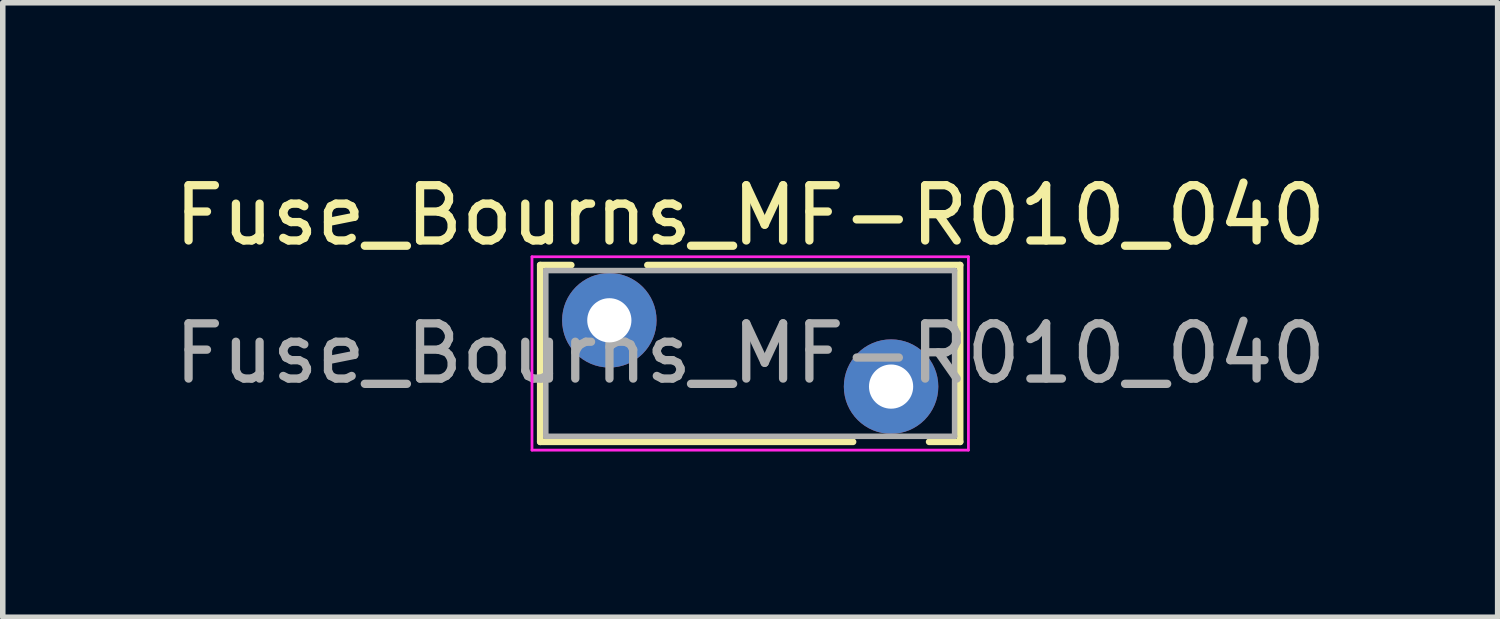
<source format=kicad_pcb>
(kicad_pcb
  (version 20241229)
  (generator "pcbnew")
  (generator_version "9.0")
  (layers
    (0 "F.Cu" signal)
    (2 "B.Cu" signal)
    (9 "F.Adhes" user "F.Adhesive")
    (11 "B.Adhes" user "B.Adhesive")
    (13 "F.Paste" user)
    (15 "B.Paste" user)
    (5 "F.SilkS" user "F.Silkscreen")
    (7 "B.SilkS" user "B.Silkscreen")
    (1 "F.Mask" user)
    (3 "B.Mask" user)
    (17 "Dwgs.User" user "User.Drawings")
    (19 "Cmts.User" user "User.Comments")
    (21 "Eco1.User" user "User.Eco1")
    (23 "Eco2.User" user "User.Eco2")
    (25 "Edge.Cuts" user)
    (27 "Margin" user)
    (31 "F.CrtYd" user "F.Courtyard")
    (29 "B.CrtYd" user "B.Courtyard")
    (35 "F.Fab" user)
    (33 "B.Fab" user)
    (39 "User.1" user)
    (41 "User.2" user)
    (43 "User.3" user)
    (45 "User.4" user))
  (footprint "Fuse_Bourns_MF-R010_040"
    (layer "F.Cu")
    (at 7.98 2.748)
    (property "Reference" "Fuse_Bourns_MF-R010_040" (at 2.55 -1.9 0) (layer "F.SilkS") (effects (font (size 1 1) (thickness 0.15))))
    (attr through_hole)
    (fp_line (start -1.251 -1) (end -1.251 2.2) (stroke (width 0.12) (type solid)) (layer "F.SilkS"))
    (fp_line (start -1.251 -1) (end -0.689 -1) (stroke (width 0.12) (type solid)) (layer "F.SilkS"))
    (fp_line (start -1.251 2.2) (end 4.412 2.2) (stroke (width 0.12) (type solid)) (layer "F.SilkS"))
    (fp_line (start 0.689 -1) (end 6.35 -1) (stroke (width 0.12) (type solid)) (layer "F.SilkS"))
    (fp_line (start 5.789 2.2) (end 6.35 2.2) (stroke (width 0.12) (type solid)) (layer "F.SilkS"))
    (fp_line (start 6.35 -1) (end 6.35 2.2) (stroke (width 0.12) (type solid)) (layer "F.SilkS"))
    (fp_line (start -1.4 -1.15) (end -1.4 2.35) (stroke (width 0.05) (type solid)) (layer "F.CrtYd"))
    (fp_line (start -1.4 2.35) (end 6.5 2.35) (stroke (width 0.05) (type solid)) (layer "F.CrtYd"))
    (fp_line (start 6.5 -1.15) (end -1.4 -1.15) (stroke (width 0.05) (type solid)) (layer "F.CrtYd"))
    (fp_line (start 6.5 2.35) (end 6.5 -1.15) (stroke (width 0.05) (type solid)) (layer "F.CrtYd"))
    (fp_line (start -1.15 -0.9) (end -1.15 2.1) (stroke (width 0.1) (type solid)) (layer "F.Fab"))
    (fp_line (start -1.15 2.1) (end 6.25 2.1) (stroke (width 0.1) (type solid)) (layer "F.Fab"))
    (fp_line (start 6.25 -0.9) (end -1.15 -0.9) (stroke (width 0.1) (type solid)) (layer "F.Fab"))
    (fp_line (start 6.25 2.1) (end 6.25 -0.9) (stroke (width 0.1) (type solid)) (layer "F.Fab"))
    (fp_text user "${REFERENCE}" (at 2.55 0.6 0) (layer "F.Fab") (effects (font (size 1 1) (thickness 0.15))))
    (pad "1" thru_hole circle (at 0 0) (size 1.71 1.71) (drill 0.8) (layers "*.Cu" "*.Mask"))
    (pad "2" thru_hole circle (at 5.1 1.2) (size 1.71 1.71) (drill 0.8) (layers "*.Cu" "*.Mask")))
  (gr_rect
    (start -3 -3)
    (end 24.06 8.123)
    (stroke (width 0.1) (type default))
    (fill no)
    (layer "Edge.Cuts")))
</source>
